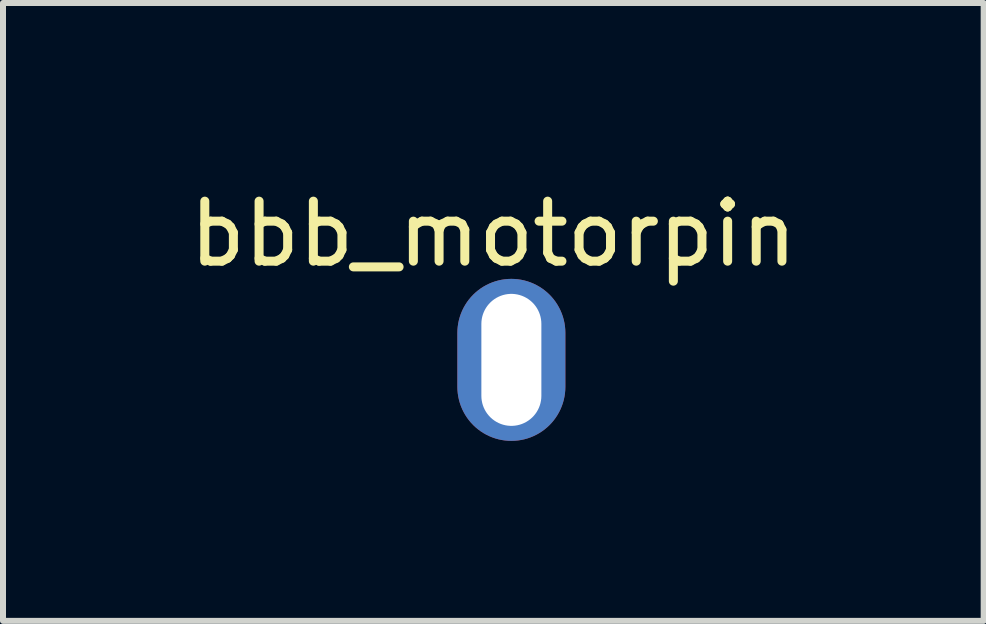
<source format=kicad_pcb>
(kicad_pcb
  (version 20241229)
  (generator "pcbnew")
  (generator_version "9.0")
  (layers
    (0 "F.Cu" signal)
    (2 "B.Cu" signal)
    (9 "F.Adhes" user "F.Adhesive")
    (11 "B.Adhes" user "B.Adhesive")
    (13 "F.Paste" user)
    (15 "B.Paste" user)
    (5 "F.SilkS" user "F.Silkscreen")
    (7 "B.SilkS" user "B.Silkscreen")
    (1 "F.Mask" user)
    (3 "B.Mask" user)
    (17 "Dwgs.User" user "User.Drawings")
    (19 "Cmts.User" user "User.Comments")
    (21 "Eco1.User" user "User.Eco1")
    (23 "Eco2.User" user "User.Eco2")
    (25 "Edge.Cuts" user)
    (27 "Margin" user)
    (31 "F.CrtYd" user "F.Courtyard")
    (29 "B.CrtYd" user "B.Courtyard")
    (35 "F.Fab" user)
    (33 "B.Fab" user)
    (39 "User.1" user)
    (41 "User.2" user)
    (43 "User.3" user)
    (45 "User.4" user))
  (footprint "bbb_motorpin"
    (layer "F.Cu")
    (at 5.473 2.948)
    (property "Reference" "bbb_motorpin" (at -0.3 -2.1 0) (unlocked yes) (layer "F.SilkS") (effects (font (size 1 1) (thickness 0.15))))
    (pad "1" thru_hole oval (at 0 0) (size 1.8 2.7) (drill oval 1 2.2) (layers "*.Cu" "*.Mask")))
  (gr_rect
    (start -3 -3)
    (end 13.345 7.298)
    (stroke (width 0.1) (type default))
    (fill no)
    (layer "Edge.Cuts")))
</source>
